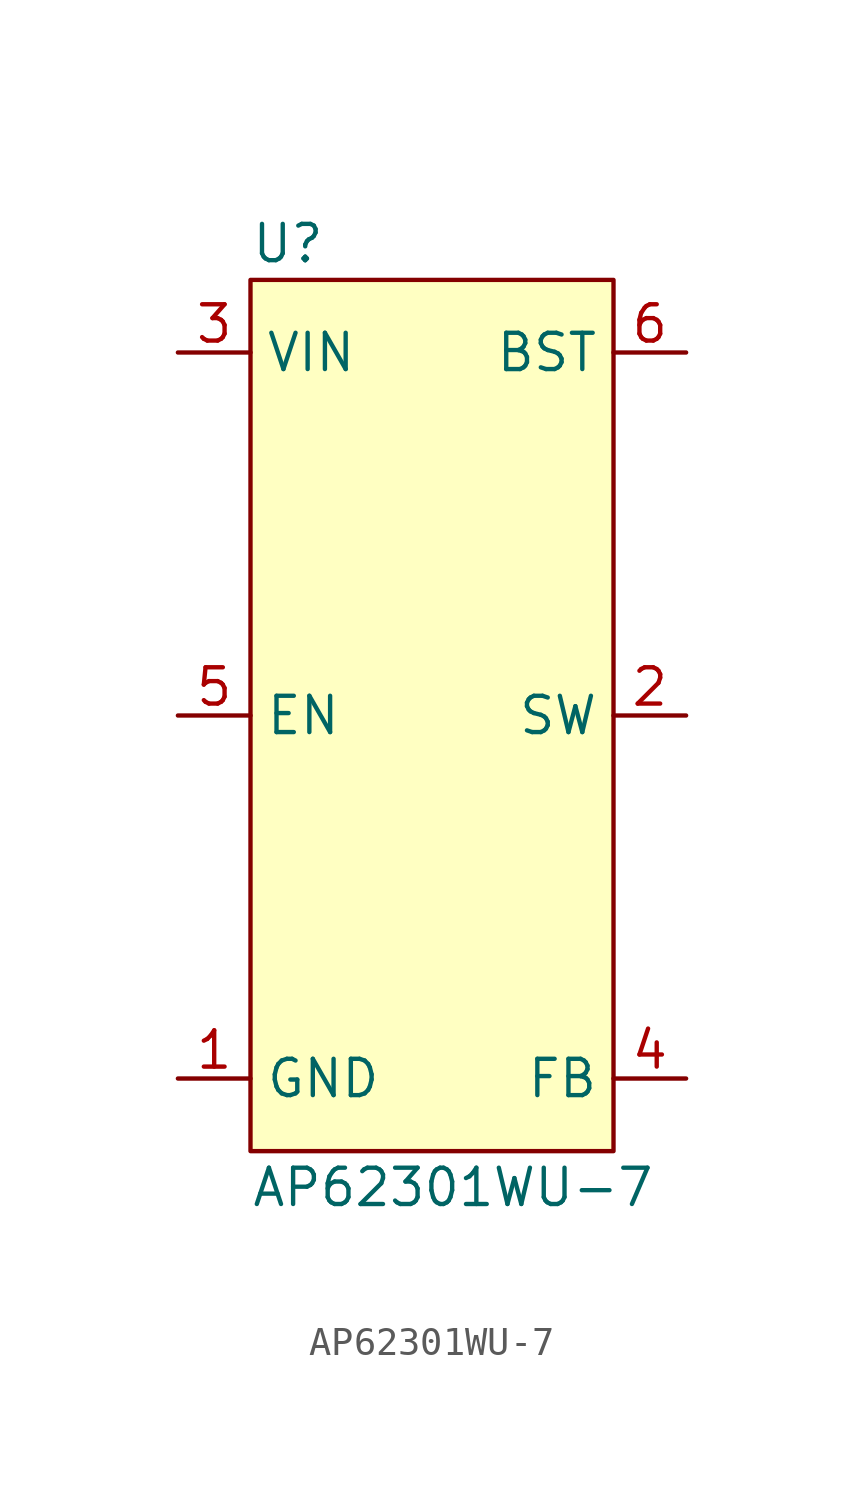
<source format=kicad_sym>
(kicad_symbol_lib
  (version 20211014)
  (generator kicad_symbol_editor)
  (symbol "AP62301WU-7"
    (property "Reference" "U"
      (at 0 1.27 0)
      (effects (font (size 1.27 1.27)) (justify left)))
    (property "Value" "AP62301WU-7"
      (at 0 -31.75 0)
      (effects (font (size 1.27 1.27)) (justify left)))
    (symbol "AP62301WU-7_0_1"
      (rectangle (start 0 0) (end 12.7 -30.48) (stroke (width 0) (type default) (color 0 0 0 0)) (fill (type background))))
    (symbol "AP62301WU-7_1_1"
      (pin power_in line (at -2.54 -27.94 0) (length 2.54) (name "GND" (effects (font (size 1.27 1.27)))) (number "1" (effects (font (size 1.27 1.27)))))
      (pin bidirectional line (at 15.24 -15.24 180) (length 2.54) (name "SW" (effects (font (size 1.27 1.27)))) (number "2" (effects (font (size 1.27 1.27)))))
      (pin power_in line (at -2.54 -2.54 0) (length 2.54) (name "VIN" (effects (font (size 1.27 1.27)))) (number "3" (effects (font (size 1.27 1.27)))))
      (pin input line (at 15.24 -27.94 180) (length 2.54) (name "FB" (effects (font (size 1.27 1.27)))) (number "4" (effects (font (size 1.27 1.27)))))
      (pin input line (at -2.54 -15.24 0) (length 2.54) (name "EN" (effects (font (size 1.27 1.27)))) (number "5" (effects (font (size 1.27 1.27)))))
      (pin bidirectional line (at 15.24 -2.54 180) (length 2.54) (name "BST" (effects (font (size 1.27 1.27)))) (number "6" (effects (font (size 1.27 1.27))))))))
</source>
